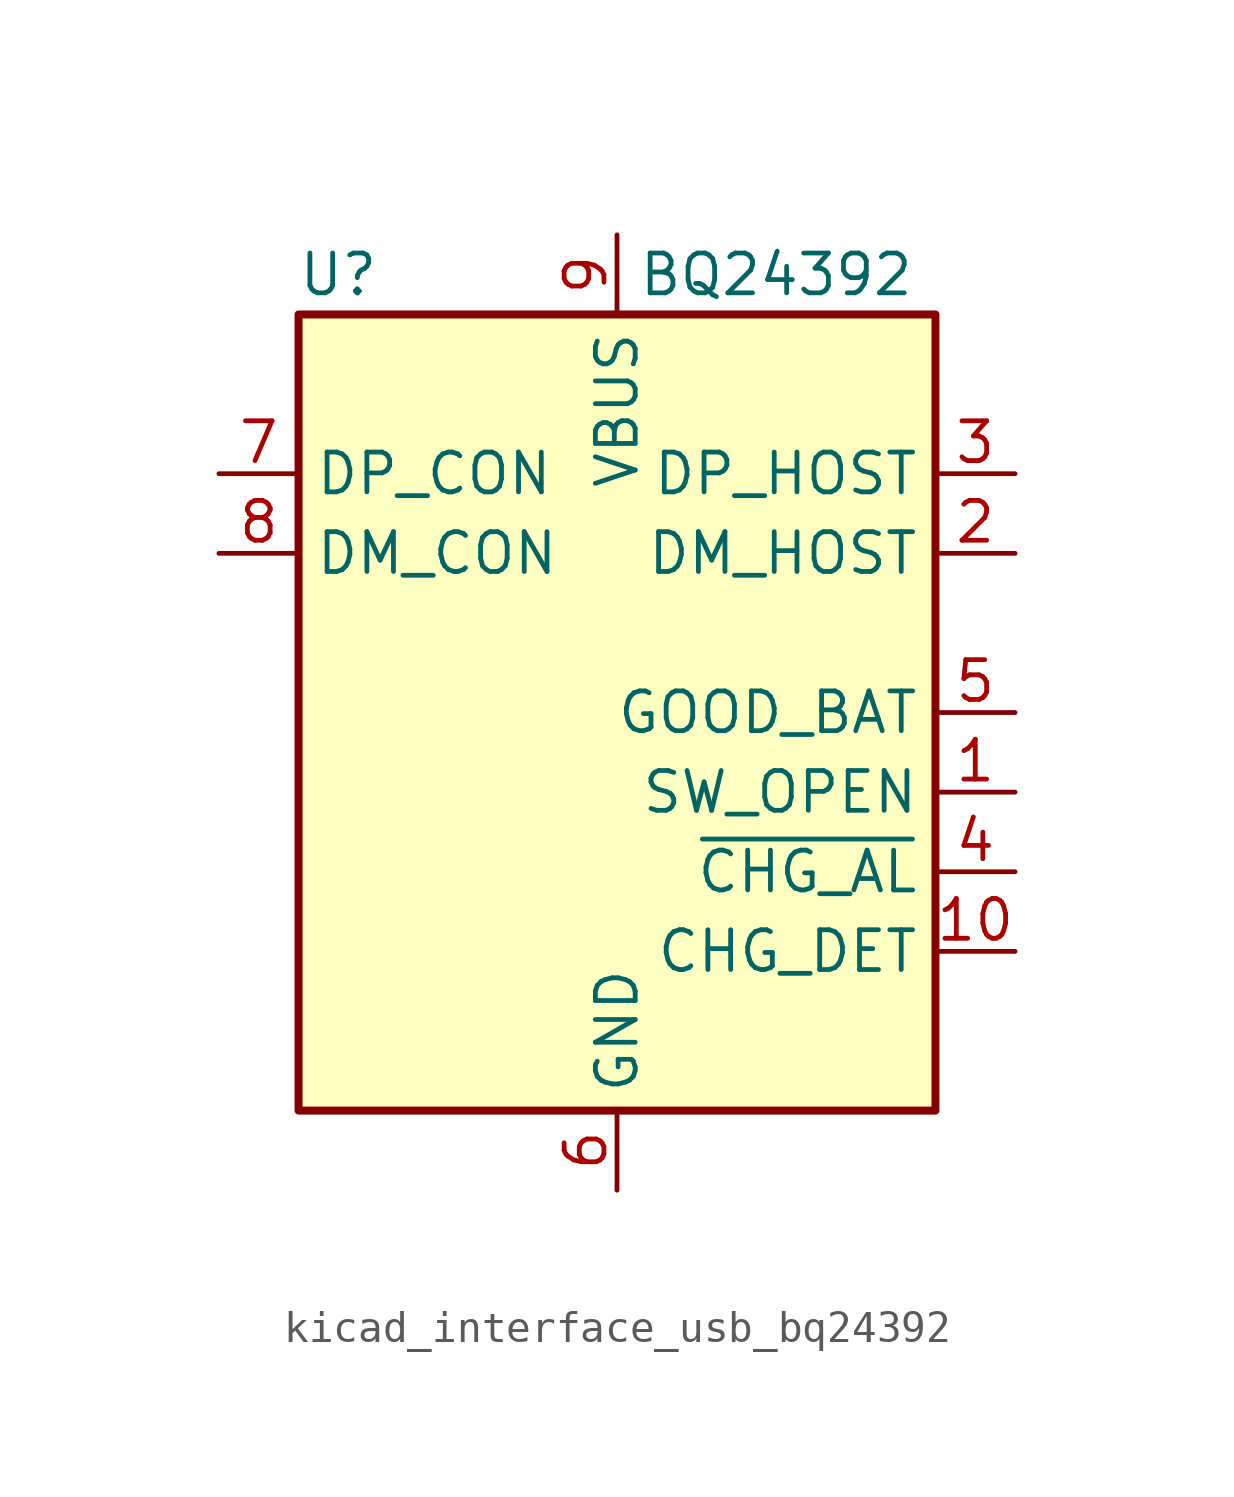
<source format=kicad_sym>
(kicad_symbol_lib
  (version 20220914)
  (generator kicad_symbol_editor)
  (symbol "kicad_interface_usb_bq24392"
    (property "Reference" "U"
      (at -8.89 13.97 0)
      (effects (font (size 1.27 1.27))))
    (property "Value" "BQ24392"
      (at 5.08 13.97 0)
      (effects (font (size 1.27 1.27))))
    (symbol "kicad_interface_usb_bq24392_0_1"
      (rectangle (start -10.16 12.7) (end 10.16 -12.7) (stroke (width 0.254) (type default)) (fill (type background))))
    (symbol "kicad_interface_usb_bq24392_1_1"
      (pin open_collector line (at 12.7 -2.54 180) (length 2.54) (name "SW_OPEN" (effects (font (size 1.27 1.27)))) (number "1" (effects (font (size 1.27 1.27)))))
      (pin output line (at 12.7 -7.62 180) (length 2.54) (name "CHG_DET" (effects (font (size 1.27 1.27)))) (number "10" (effects (font (size 1.27 1.27)))))
      (pin bidirectional line (at 12.7 5.08 180) (length 2.54) (name "DM_HOST" (effects (font (size 1.27 1.27)))) (number "2" (effects (font (size 1.27 1.27)))))
      (pin bidirectional line (at 12.7 7.62 180) (length 2.54) (name "DP_HOST" (effects (font (size 1.27 1.27)))) (number "3" (effects (font (size 1.27 1.27)))))
      (pin open_collector line (at 12.7 -5.08 180) (length 2.54) (name "~{CHG_AL}" (effects (font (size 1.27 1.27)))) (number "4" (effects (font (size 1.27 1.27)))))
      (pin input line (at 12.7 0 180) (length 2.54) (name "GOOD_BAT" (effects (font (size 1.27 1.27)))) (number "5" (effects (font (size 1.27 1.27)))))
      (pin power_in line (at 0 -15.24 90) (length 2.54) (name "GND" (effects (font (size 1.27 1.27)))) (number "6" (effects (font (size 1.27 1.27)))))
      (pin bidirectional line (at -12.7 7.62 0) (length 2.54) (name "DP_CON" (effects (font (size 1.27 1.27)))) (number "7" (effects (font (size 1.27 1.27)))))
      (pin bidirectional line (at -12.7 5.08 0) (length 2.54) (name "DM_CON" (effects (font (size 1.27 1.27)))) (number "8" (effects (font (size 1.27 1.27)))))
      (pin power_in line (at 0 15.24 270) (length 2.54) (name "VBUS" (effects (font (size 1.27 1.27)))) (number "9" (effects (font (size 1.27 1.27))))))))
</source>
